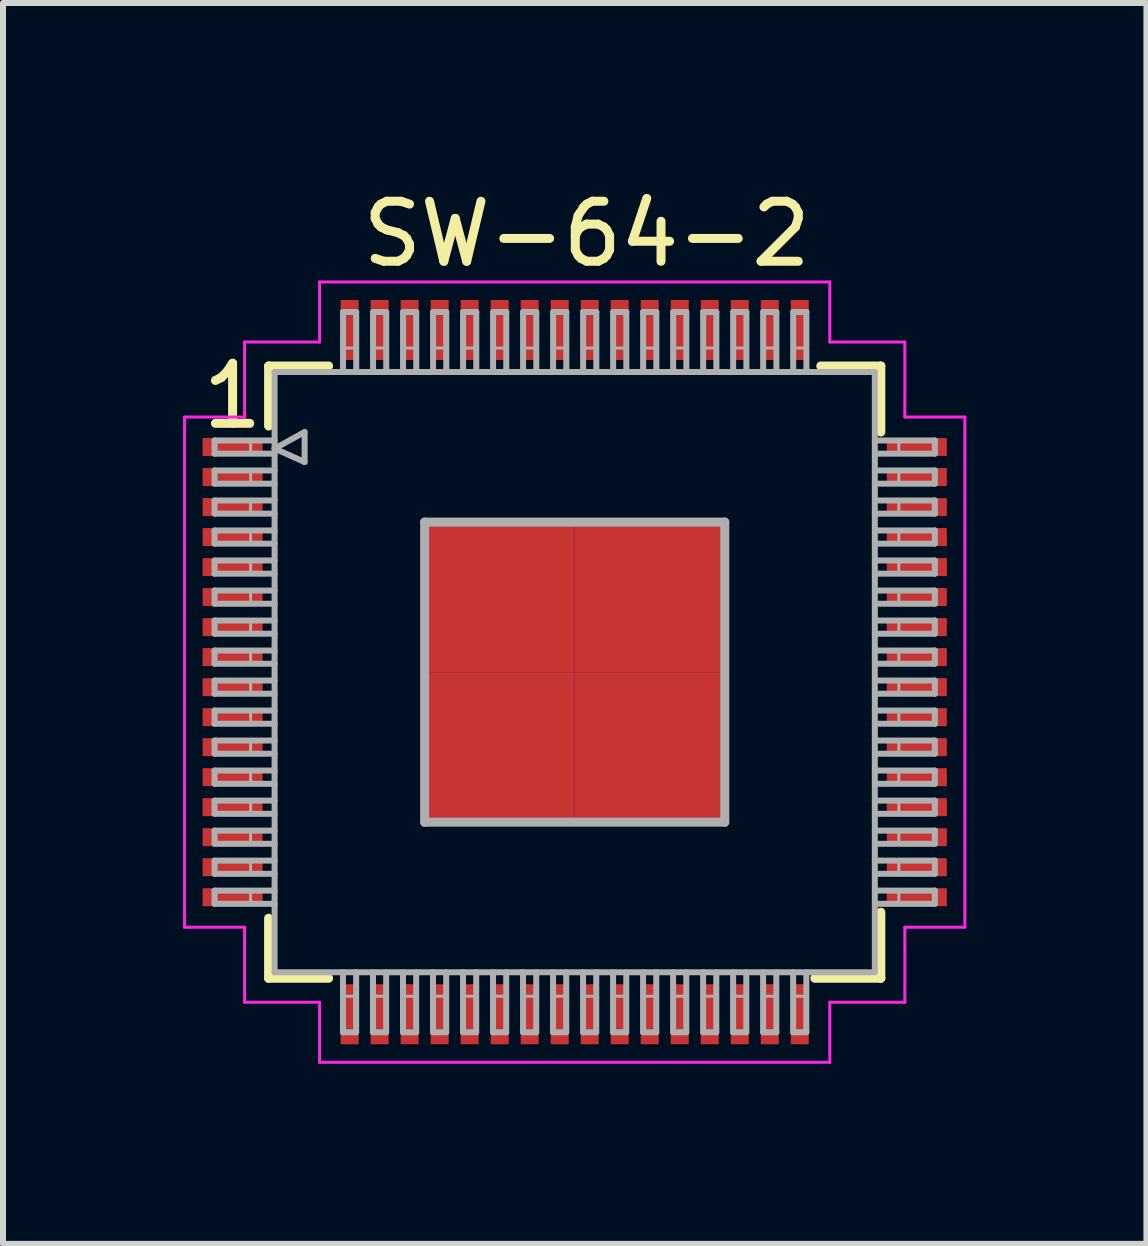
<source format=kicad_pcb>
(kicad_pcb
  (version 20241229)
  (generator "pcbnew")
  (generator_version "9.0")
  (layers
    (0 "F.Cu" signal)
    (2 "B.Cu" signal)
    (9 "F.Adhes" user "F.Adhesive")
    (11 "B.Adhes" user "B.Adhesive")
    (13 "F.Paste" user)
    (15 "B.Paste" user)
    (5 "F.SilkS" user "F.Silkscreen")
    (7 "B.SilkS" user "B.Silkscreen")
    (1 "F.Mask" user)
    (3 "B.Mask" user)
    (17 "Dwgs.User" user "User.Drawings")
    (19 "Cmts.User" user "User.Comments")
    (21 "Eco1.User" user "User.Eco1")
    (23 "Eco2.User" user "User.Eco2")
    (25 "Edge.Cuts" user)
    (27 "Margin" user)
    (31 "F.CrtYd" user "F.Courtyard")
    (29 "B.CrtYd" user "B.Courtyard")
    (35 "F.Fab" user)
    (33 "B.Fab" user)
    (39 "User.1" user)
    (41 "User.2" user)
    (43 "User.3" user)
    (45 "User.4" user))
  (footprint "SW-64-2"
    (layer "F.Cu")
    (at 6.525 8.148)
    (property "Reference" "SW-64-2" (at 0.2 -7.3 0) (layer "F.SilkS") (effects (font (size 1 1) (thickness 0.15))))
    (attr through_hole)
    (fp_line (start -5.1 -5.1) (end -5.1 -4.1) (stroke (width 0.15) (type solid)) (layer "F.SilkS"))
    (fp_line (start -5.1 4.1) (end -5.1 5.1) (stroke (width 0.15) (type solid)) (layer "F.SilkS"))
    (fp_line (start -5.1 5.1) (end -4.1 5.1) (stroke (width 0.15) (type solid)) (layer "F.SilkS"))
    (fp_line (start -4.1 -5.1) (end -5.1 -5.1) (stroke (width 0.15) (type solid)) (layer "F.SilkS"))
    (fp_line (start 4 5.1) (end 5.1 5.1) (stroke (width 0.15) (type solid)) (layer "F.SilkS"))
    (fp_line (start 4.1 -5.1) (end 5.1 -5.1) (stroke (width 0.15) (type solid)) (layer "F.SilkS"))
    (fp_line (start 5.1 -5.1) (end 5.1 -4) (stroke (width 0.15) (type solid)) (layer "F.SilkS"))
    (fp_line (start 5.1 5.1) (end 5.1 4) (stroke (width 0.15) (type solid)) (layer "F.SilkS"))
    (fp_line (start -6.5 -4.25) (end -5.5 -4.25) (stroke (width 0.05) (type solid)) (layer "F.CrtYd"))
    (fp_line (start -6.5 4.25) (end -6.5 -4.25) (stroke (width 0.05) (type solid)) (layer "F.CrtYd"))
    (fp_line (start -5.5 -5.5) (end -4.25 -5.5) (stroke (width 0.05) (type solid)) (layer "F.CrtYd"))
    (fp_line (start -5.5 -4.25) (end -5.5 -5.5) (stroke (width 0.05) (type solid)) (layer "F.CrtYd"))
    (fp_line (start -5.5 4.25) (end -6.5 4.25) (stroke (width 0.05) (type solid)) (layer "F.CrtYd"))
    (fp_line (start -5.5 5.5) (end -5.5 4.25) (stroke (width 0.05) (type solid)) (layer "F.CrtYd"))
    (fp_line (start -4.25 -6.5) (end 4.25 -6.5) (stroke (width 0.05) (type solid)) (layer "F.CrtYd"))
    (fp_line (start -4.25 -5.5) (end -4.25 -6.5) (stroke (width 0.05) (type solid)) (layer "F.CrtYd"))
    (fp_line (start -4.25 5.5) (end -5.5 5.5) (stroke (width 0.05) (type solid)) (layer "F.CrtYd"))
    (fp_line (start -4.25 6.5) (end -4.25 5.5) (stroke (width 0.05) (type solid)) (layer "F.CrtYd"))
    (fp_line (start 4.25 -6.5) (end 4.25 -5.5) (stroke (width 0.05) (type solid)) (layer "F.CrtYd"))
    (fp_line (start 4.25 -5.5) (end 5.5 -5.5) (stroke (width 0.05) (type solid)) (layer "F.CrtYd"))
    (fp_line (start 4.25 5.5) (end 4.25 6.5) (stroke (width 0.05) (type solid)) (layer "F.CrtYd"))
    (fp_line (start 4.25 6.5) (end -4.25 6.5) (stroke (width 0.05) (type solid)) (layer "F.CrtYd"))
    (fp_line (start 5.5 -5.5) (end 5.5 -4.25) (stroke (width 0.05) (type solid)) (layer "F.CrtYd"))
    (fp_line (start 5.5 -4.25) (end 6.5 -4.25) (stroke (width 0.05) (type solid)) (layer "F.CrtYd"))
    (fp_line (start 5.5 4.25) (end 5.5 5.5) (stroke (width 0.05) (type solid)) (layer "F.CrtYd"))
    (fp_line (start 5.5 5.5) (end 4.25 5.5) (stroke (width 0.05) (type solid)) (layer "F.CrtYd"))
    (fp_line (start 6.5 -4.25) (end 6.5 4.25) (stroke (width 0.05) (type solid)) (layer "F.CrtYd"))
    (fp_line (start 6.5 4.25) (end 5.5 4.25) (stroke (width 0.05) (type solid)) (layer "F.CrtYd"))
    (fp_line (start -6 -3.86) (end -6 -3.64) (stroke (width 0.1) (type solid)) (layer "F.Fab"))
    (fp_line (start -6 -3.64) (end -5 -3.64) (stroke (width 0.1) (type solid)) (layer "F.Fab"))
    (fp_line (start -6 -3.36) (end -6 -3.14) (stroke (width 0.1) (type solid)) (layer "F.Fab"))
    (fp_line (start -6 -3.14) (end -5 -3.14) (stroke (width 0.1) (type solid)) (layer "F.Fab"))
    (fp_line (start -6 -2.86) (end -6 -2.64) (stroke (width 0.1) (type solid)) (layer "F.Fab"))
    (fp_line (start -6 -2.64) (end -5 -2.64) (stroke (width 0.1) (type solid)) (layer "F.Fab"))
    (fp_line (start -6 -2.36) (end -6 -2.14) (stroke (width 0.1) (type solid)) (layer "F.Fab"))
    (fp_line (start -6 -2.14) (end -5 -2.14) (stroke (width 0.1) (type solid)) (layer "F.Fab"))
    (fp_line (start -6 -1.86) (end -6 -1.64) (stroke (width 0.1) (type solid)) (layer "F.Fab"))
    (fp_line (start -6 -1.64) (end -5 -1.64) (stroke (width 0.1) (type solid)) (layer "F.Fab"))
    (fp_line (start -6 -1.36) (end -6 -1.14) (stroke (width 0.1) (type solid)) (layer "F.Fab"))
    (fp_line (start -6 -1.14) (end -5 -1.14) (stroke (width 0.1) (type solid)) (layer "F.Fab"))
    (fp_line (start -6 -0.86) (end -6 -0.64) (stroke (width 0.1) (type solid)) (layer "F.Fab"))
    (fp_line (start -6 -0.64) (end -5 -0.64) (stroke (width 0.1) (type solid)) (layer "F.Fab"))
    (fp_line (start -6 -0.36) (end -6 -0.14) (stroke (width 0.1) (type solid)) (layer "F.Fab"))
    (fp_line (start -6 -0.14) (end -5 -0.14) (stroke (width 0.1) (type solid)) (layer "F.Fab"))
    (fp_line (start -6 0.14) (end -6 0.36) (stroke (width 0.1) (type solid)) (layer "F.Fab"))
    (fp_line (start -6 0.36) (end -5 0.36) (stroke (width 0.1) (type solid)) (layer "F.Fab"))
    (fp_line (start -6 0.64) (end -6 0.86) (stroke (width 0.1) (type solid)) (layer "F.Fab"))
    (fp_line (start -6 0.86) (end -5 0.86) (stroke (width 0.1) (type solid)) (layer "F.Fab"))
    (fp_line (start -6 1.14) (end -6 1.36) (stroke (width 0.1) (type solid)) (layer "F.Fab"))
    (fp_line (start -6 1.36) (end -5 1.36) (stroke (width 0.1) (type solid)) (layer "F.Fab"))
    (fp_line (start -6 1.64) (end -6 1.86) (stroke (width 0.1) (type solid)) (layer "F.Fab"))
    (fp_line (start -6 1.86) (end -5 1.86) (stroke (width 0.1) (type solid)) (layer "F.Fab"))
    (fp_line (start -6 2.14) (end -6 2.36) (stroke (width 0.1) (type solid)) (layer "F.Fab"))
    (fp_line (start -6 2.36) (end -5 2.36) (stroke (width 0.1) (type solid)) (layer "F.Fab"))
    (fp_line (start -6 2.64) (end -6 2.86) (stroke (width 0.1) (type solid)) (layer "F.Fab"))
    (fp_line (start -6 2.86) (end -5 2.86) (stroke (width 0.1) (type solid)) (layer "F.Fab"))
    (fp_line (start -6 3.14) (end -6 3.36) (stroke (width 0.1) (type solid)) (layer "F.Fab"))
    (fp_line (start -6 3.36) (end -5 3.36) (stroke (width 0.1) (type solid)) (layer "F.Fab"))
    (fp_line (start -6 3.64) (end -6 3.86) (stroke (width 0.1) (type solid)) (layer "F.Fab"))
    (fp_line (start -6 3.86) (end -5 3.86) (stroke (width 0.1) (type solid)) (layer "F.Fab"))
    (fp_line (start -5.4 -3.86) (end -5.4 -3.64) (stroke (width 0.05) (type solid)) (layer "F.Fab"))
    (fp_line (start -5.4 -3.36) (end -5.4 -3.14) (stroke (width 0.05) (type solid)) (layer "F.Fab"))
    (fp_line (start -5.4 -2.86) (end -5.4 -2.64) (stroke (width 0.05) (type solid)) (layer "F.Fab"))
    (fp_line (start -5.4 -2.36) (end -5.4 -2.14) (stroke (width 0.05) (type solid)) (layer "F.Fab"))
    (fp_line (start -5.4 -1.86) (end -5.4 -1.64) (stroke (width 0.05) (type solid)) (layer "F.Fab"))
    (fp_line (start -5.4 -1.36) (end -5.4 -1.14) (stroke (width 0.05) (type solid)) (layer "F.Fab"))
    (fp_line (start -5.4 -0.86) (end -5.4 -0.64) (stroke (width 0.05) (type solid)) (layer "F.Fab"))
    (fp_line (start -5.4 -0.36) (end -5.4 -0.14) (stroke (width 0.05) (type solid)) (layer "F.Fab"))
    (fp_line (start -5.4 0.14) (end -5.4 0.36) (stroke (width 0.05) (type solid)) (layer "F.Fab"))
    (fp_line (start -5.4 0.64) (end -5.4 0.86) (stroke (width 0.05) (type solid)) (layer "F.Fab"))
    (fp_line (start -5.4 1.14) (end -5.4 1.36) (stroke (width 0.05) (type solid)) (layer "F.Fab"))
    (fp_line (start -5.4 1.64) (end -5.4 1.86) (stroke (width 0.05) (type solid)) (layer "F.Fab"))
    (fp_line (start -5.4 2.14) (end -5.4 2.36) (stroke (width 0.05) (type solid)) (layer "F.Fab"))
    (fp_line (start -5.4 2.64) (end -5.4 2.86) (stroke (width 0.05) (type solid)) (layer "F.Fab"))
    (fp_line (start -5.4 3.14) (end -5.4 3.36) (stroke (width 0.05) (type solid)) (layer "F.Fab"))
    (fp_line (start -5.4 3.64) (end -5.4 3.86) (stroke (width 0.05) (type solid)) (layer "F.Fab"))
    (fp_line (start -5 -5) (end -5 5) (stroke (width 0.1) (type solid)) (layer "F.Fab"))
    (fp_line (start -5 -3.86) (end -6 -3.86) (stroke (width 0.1) (type solid)) (layer "F.Fab"))
    (fp_line (start -5 -3.725) (end -4.5 -4) (stroke (width 0.1) (type solid)) (layer "F.Fab"))
    (fp_line (start -5 -3.36) (end -6 -3.36) (stroke (width 0.1) (type solid)) (layer "F.Fab"))
    (fp_line (start -5 -2.86) (end -6 -2.86) (stroke (width 0.1) (type solid)) (layer "F.Fab"))
    (fp_line (start -5 -2.36) (end -6 -2.36) (stroke (width 0.1) (type solid)) (layer "F.Fab"))
    (fp_line (start -5 -1.86) (end -6 -1.86) (stroke (width 0.1) (type solid)) (layer "F.Fab"))
    (fp_line (start -5 -1.36) (end -6 -1.36) (stroke (width 0.1) (type solid)) (layer "F.Fab"))
    (fp_line (start -5 -0.86) (end -6 -0.86) (stroke (width 0.1) (type solid)) (layer "F.Fab"))
    (fp_line (start -5 -0.36) (end -6 -0.36) (stroke (width 0.1) (type solid)) (layer "F.Fab"))
    (fp_line (start -5 0.14) (end -6 0.14) (stroke (width 0.1) (type solid)) (layer "F.Fab"))
    (fp_line (start -5 0.64) (end -6 0.64) (stroke (width 0.1) (type solid)) (layer "F.Fab"))
    (fp_line (start -5 1.14) (end -6 1.14) (stroke (width 0.1) (type solid)) (layer "F.Fab"))
    (fp_line (start -5 1.64) (end -6 1.64) (stroke (width 0.1) (type solid)) (layer "F.Fab"))
    (fp_line (start -5 2.14) (end -6 2.14) (stroke (width 0.1) (type solid)) (layer "F.Fab"))
    (fp_line (start -5 2.64) (end -6 2.64) (stroke (width 0.1) (type solid)) (layer "F.Fab"))
    (fp_line (start -5 3.14) (end -6 3.14) (stroke (width 0.1) (type solid)) (layer "F.Fab"))
    (fp_line (start -5 3.64) (end -6 3.64) (stroke (width 0.1) (type solid)) (layer "F.Fab"))
    (fp_line (start -5 5) (end 5 5) (stroke (width 0.1) (type solid)) (layer "F.Fab"))
    (fp_line (start -4.5 -4) (end -4.5 -3.5) (stroke (width 0.1) (type solid)) (layer "F.Fab"))
    (fp_line (start -4.5 -3.5) (end -5 -3.725) (stroke (width 0.1) (type solid)) (layer "F.Fab"))
    (fp_line (start -3.861 5) (end -3.861 6) (stroke (width 0.1) (type solid)) (layer "F.Fab"))
    (fp_line (start -3.861 6) (end -3.641 6) (stroke (width 0.1) (type solid)) (layer "F.Fab"))
    (fp_line (start -3.86 -6) (end -3.86 -5) (stroke (width 0.1) (type solid)) (layer "F.Fab"))
    (fp_line (start -3.86 -5.4) (end -3.64 -5.4) (stroke (width 0.05) (type solid)) (layer "F.Fab"))
    (fp_line (start -3.86 5.4) (end -3.64 5.4) (stroke (width 0.05) (type solid)) (layer "F.Fab"))
    (fp_line (start -3.641 6) (end -3.641 5) (stroke (width 0.1) (type solid)) (layer "F.Fab"))
    (fp_line (start -3.64 -6) (end -3.86 -6) (stroke (width 0.1) (type solid)) (layer "F.Fab"))
    (fp_line (start -3.64 -5) (end -3.64 -6) (stroke (width 0.1) (type solid)) (layer "F.Fab"))
    (fp_line (start -3.361 5) (end -3.361 6) (stroke (width 0.1) (type solid)) (layer "F.Fab"))
    (fp_line (start -3.361 6) (end -3.141 6) (stroke (width 0.1) (type solid)) (layer "F.Fab"))
    (fp_line (start -3.36 -6) (end -3.36 -5) (stroke (width 0.1) (type solid)) (layer "F.Fab"))
    (fp_line (start -3.36 -5.4) (end -3.14 -5.4) (stroke (width 0.05) (type solid)) (layer "F.Fab"))
    (fp_line (start -3.36 5.4) (end -3.14 5.4) (stroke (width 0.05) (type solid)) (layer "F.Fab"))
    (fp_line (start -3.141 6) (end -3.141 5) (stroke (width 0.1) (type solid)) (layer "F.Fab"))
    (fp_line (start -3.14 -6) (end -3.36 -6) (stroke (width 0.1) (type solid)) (layer "F.Fab"))
    (fp_line (start -3.14 -5) (end -3.14 -6) (stroke (width 0.1) (type solid)) (layer "F.Fab"))
    (fp_line (start -2.861 5) (end -2.861 6) (stroke (width 0.1) (type solid)) (layer "F.Fab"))
    (fp_line (start -2.861 6) (end -2.641 6) (stroke (width 0.1) (type solid)) (layer "F.Fab"))
    (fp_line (start -2.86 -6) (end -2.86 -5) (stroke (width 0.1) (type solid)) (layer "F.Fab"))
    (fp_line (start -2.86 -5.4) (end -2.64 -5.4) (stroke (width 0.05) (type solid)) (layer "F.Fab"))
    (fp_line (start -2.86 5.4) (end -2.64 5.4) (stroke (width 0.05) (type solid)) (layer "F.Fab"))
    (fp_line (start -2.641 6) (end -2.641 5) (stroke (width 0.1) (type solid)) (layer "F.Fab"))
    (fp_line (start -2.64 -6) (end -2.86 -6) (stroke (width 0.1) (type solid)) (layer "F.Fab"))
    (fp_line (start -2.64 -5) (end -2.64 -6) (stroke (width 0.1) (type solid)) (layer "F.Fab"))
    (fp_line (start -2.5 -2.5) (end 2.5 -2.5) (stroke (width 0.15) (type solid)) (layer "F.Fab"))
    (fp_line (start -2.5 2.5) (end -2.5 -2.5) (stroke (width 0.15) (type solid)) (layer "F.Fab"))
    (fp_line (start -2.361 5) (end -2.361 6) (stroke (width 0.1) (type solid)) (layer "F.Fab"))
    (fp_line (start -2.361 6) (end -2.141 6) (stroke (width 0.1) (type solid)) (layer "F.Fab"))
    (fp_line (start -2.36 -6) (end -2.36 -5) (stroke (width 0.1) (type solid)) (layer "F.Fab"))
    (fp_line (start -2.36 -5.4) (end -2.14 -5.4) (stroke (width 0.05) (type solid)) (layer "F.Fab"))
    (fp_line (start -2.36 5.4) (end -2.14 5.4) (stroke (width 0.05) (type solid)) (layer "F.Fab"))
    (fp_line (start -2.141 6) (end -2.141 5) (stroke (width 0.1) (type solid)) (layer "F.Fab"))
    (fp_line (start -2.14 -6) (end -2.36 -6) (stroke (width 0.1) (type solid)) (layer "F.Fab"))
    (fp_line (start -2.14 -5) (end -2.14 -6) (stroke (width 0.1) (type solid)) (layer "F.Fab"))
    (fp_line (start -1.861 5) (end -1.861 6) (stroke (width 0.1) (type solid)) (layer "F.Fab"))
    (fp_line (start -1.861 6) (end -1.641 6) (stroke (width 0.1) (type solid)) (layer "F.Fab"))
    (fp_line (start -1.86 -6) (end -1.86 -5) (stroke (width 0.1) (type solid)) (layer "F.Fab"))
    (fp_line (start -1.86 -5.4) (end -1.64 -5.4) (stroke (width 0.05) (type solid)) (layer "F.Fab"))
    (fp_line (start -1.86 5.4) (end -1.64 5.4) (stroke (width 0.05) (type solid)) (layer "F.Fab"))
    (fp_line (start -1.641 6) (end -1.641 5) (stroke (width 0.1) (type solid)) (layer "F.Fab"))
    (fp_line (start -1.64 -6) (end -1.86 -6) (stroke (width 0.1) (type solid)) (layer "F.Fab"))
    (fp_line (start -1.64 -5) (end -1.64 -6) (stroke (width 0.1) (type solid)) (layer "F.Fab"))
    (fp_line (start -1.361 5) (end -1.361 6) (stroke (width 0.1) (type solid)) (layer "F.Fab"))
    (fp_line (start -1.361 6) (end -1.141 6) (stroke (width 0.1) (type solid)) (layer "F.Fab"))
    (fp_line (start -1.36 -6) (end -1.36 -5) (stroke (width 0.1) (type solid)) (layer "F.Fab"))
    (fp_line (start -1.36 -5.4) (end -1.14 -5.4) (stroke (width 0.05) (type solid)) (layer "F.Fab"))
    (fp_line (start -1.36 5.4) (end -1.14 5.4) (stroke (width 0.05) (type solid)) (layer "F.Fab"))
    (fp_line (start -1.141 6) (end -1.141 5) (stroke (width 0.1) (type solid)) (layer "F.Fab"))
    (fp_line (start -1.14 -6) (end -1.36 -6) (stroke (width 0.1) (type solid)) (layer "F.Fab"))
    (fp_line (start -1.14 -5) (end -1.14 -6) (stroke (width 0.1) (type solid)) (layer "F.Fab"))
    (fp_line (start -0.861 5) (end -0.861 6) (stroke (width 0.1) (type solid)) (layer "F.Fab"))
    (fp_line (start -0.861 6) (end -0.641 6) (stroke (width 0.1) (type solid)) (layer "F.Fab"))
    (fp_line (start -0.86 -6) (end -0.86 -5) (stroke (width 0.1) (type solid)) (layer "F.Fab"))
    (fp_line (start -0.86 -5.4) (end -0.64 -5.4) (stroke (width 0.05) (type solid)) (layer "F.Fab"))
    (fp_line (start -0.86 5.4) (end -0.64 5.4) (stroke (width 0.05) (type solid)) (layer "F.Fab"))
    (fp_line (start -0.641 6) (end -0.641 5) (stroke (width 0.1) (type solid)) (layer "F.Fab"))
    (fp_line (start -0.64 -6) (end -0.86 -6) (stroke (width 0.1) (type solid)) (layer "F.Fab"))
    (fp_line (start -0.64 -5) (end -0.64 -6) (stroke (width 0.1) (type solid)) (layer "F.Fab"))
    (fp_line (start -0.361 5) (end -0.361 6) (stroke (width 0.1) (type solid)) (layer "F.Fab"))
    (fp_line (start -0.361 6) (end -0.141 6) (stroke (width 0.1) (type solid)) (layer "F.Fab"))
    (fp_line (start -0.36 -6) (end -0.36 -5) (stroke (width 0.1) (type solid)) (layer "F.Fab"))
    (fp_line (start -0.36 -5.4) (end -0.14 -5.4) (stroke (width 0.05) (type solid)) (layer "F.Fab"))
    (fp_line (start -0.36 5.4) (end -0.14 5.4) (stroke (width 0.05) (type solid)) (layer "F.Fab"))
    (fp_line (start -0.141 6) (end -0.141 5) (stroke (width 0.1) (type solid)) (layer "F.Fab"))
    (fp_line (start -0.14 -6) (end -0.36 -6) (stroke (width 0.1) (type solid)) (layer "F.Fab"))
    (fp_line (start -0.14 -5) (end -0.14 -6) (stroke (width 0.1) (type solid)) (layer "F.Fab"))
    (fp_line (start 0.139 5) (end 0.139 6) (stroke (width 0.1) (type solid)) (layer "F.Fab"))
    (fp_line (start 0.139 6) (end 0.359 6) (stroke (width 0.1) (type solid)) (layer "F.Fab"))
    (fp_line (start 0.14 -6) (end 0.14 -5) (stroke (width 0.1) (type solid)) (layer "F.Fab"))
    (fp_line (start 0.14 -5.4) (end 0.36 -5.4) (stroke (width 0.05) (type solid)) (layer "F.Fab"))
    (fp_line (start 0.14 5.4) (end 0.36 5.4) (stroke (width 0.05) (type solid)) (layer "F.Fab"))
    (fp_line (start 0.359 6) (end 0.359 5) (stroke (width 0.1) (type solid)) (layer "F.Fab"))
    (fp_line (start 0.36 -6) (end 0.14 -6) (stroke (width 0.1) (type solid)) (layer "F.Fab"))
    (fp_line (start 0.36 -5) (end 0.36 -6) (stroke (width 0.1) (type solid)) (layer "F.Fab"))
    (fp_line (start 0.639 5) (end 0.639 6) (stroke (width 0.1) (type solid)) (layer "F.Fab"))
    (fp_line (start 0.639 6) (end 0.859 6) (stroke (width 0.1) (type solid)) (layer "F.Fab"))
    (fp_line (start 0.64 -6) (end 0.64 -5) (stroke (width 0.1) (type solid)) (layer "F.Fab"))
    (fp_line (start 0.64 -5.4) (end 0.86 -5.4) (stroke (width 0.05) (type solid)) (layer "F.Fab"))
    (fp_line (start 0.64 5.4) (end 0.86 5.4) (stroke (width 0.05) (type solid)) (layer "F.Fab"))
    (fp_line (start 0.859 6) (end 0.859 5) (stroke (width 0.1) (type solid)) (layer "F.Fab"))
    (fp_line (start 0.86 -6) (end 0.64 -6) (stroke (width 0.1) (type solid)) (layer "F.Fab"))
    (fp_line (start 0.86 -5) (end 0.86 -6) (stroke (width 0.1) (type solid)) (layer "F.Fab"))
    (fp_line (start 1.139 5) (end 1.139 6) (stroke (width 0.1) (type solid)) (layer "F.Fab"))
    (fp_line (start 1.139 6) (end 1.359 6) (stroke (width 0.1) (type solid)) (layer "F.Fab"))
    (fp_line (start 1.14 -6) (end 1.14 -5) (stroke (width 0.1) (type solid)) (layer "F.Fab"))
    (fp_line (start 1.14 -5.4) (end 1.36 -5.4) (stroke (width 0.05) (type solid)) (layer "F.Fab"))
    (fp_line (start 1.14 5.4) (end 1.36 5.4) (stroke (width 0.05) (type solid)) (layer "F.Fab"))
    (fp_line (start 1.359 6) (end 1.359 5) (stroke (width 0.1) (type solid)) (layer "F.Fab"))
    (fp_line (start 1.36 -6) (end 1.14 -6) (stroke (width 0.1) (type solid)) (layer "F.Fab"))
    (fp_line (start 1.36 -5) (end 1.36 -6) (stroke (width 0.1) (type solid)) (layer "F.Fab"))
    (fp_line (start 1.639 5) (end 1.639 6) (stroke (width 0.1) (type solid)) (layer "F.Fab"))
    (fp_line (start 1.639 6) (end 1.859 6) (stroke (width 0.1) (type solid)) (layer "F.Fab"))
    (fp_line (start 1.64 -6) (end 1.64 -5) (stroke (width 0.1) (type solid)) (layer "F.Fab"))
    (fp_line (start 1.64 -5.4) (end 1.86 -5.4) (stroke (width 0.05) (type solid)) (layer "F.Fab"))
    (fp_line (start 1.64 5.4) (end 1.86 5.4) (stroke (width 0.05) (type solid)) (layer "F.Fab"))
    (fp_line (start 1.859 6) (end 1.859 5) (stroke (width 0.1) (type solid)) (layer "F.Fab"))
    (fp_line (start 1.86 -6) (end 1.64 -6) (stroke (width 0.1) (type solid)) (layer "F.Fab"))
    (fp_line (start 1.86 -5) (end 1.86 -6) (stroke (width 0.1) (type solid)) (layer "F.Fab"))
    (fp_line (start 2.139 5) (end 2.139 6) (stroke (width 0.1) (type solid)) (layer "F.Fab"))
    (fp_line (start 2.139 6) (end 2.359 6) (stroke (width 0.1) (type solid)) (layer "F.Fab"))
    (fp_line (start 2.14 -6) (end 2.14 -5) (stroke (width 0.1) (type solid)) (layer "F.Fab"))
    (fp_line (start 2.14 -5.4) (end 2.36 -5.4) (stroke (width 0.05) (type solid)) (layer "F.Fab"))
    (fp_line (start 2.14 5.4) (end 2.36 5.4) (stroke (width 0.05) (type solid)) (layer "F.Fab"))
    (fp_line (start 2.359 6) (end 2.359 5) (stroke (width 0.1) (type solid)) (layer "F.Fab"))
    (fp_line (start 2.36 -6) (end 2.14 -6) (stroke (width 0.1) (type solid)) (layer "F.Fab"))
    (fp_line (start 2.36 -5) (end 2.36 -6) (stroke (width 0.1) (type solid)) (layer "F.Fab"))
    (fp_line (start 2.5 -2.5) (end 2.5 2.5) (stroke (width 0.15) (type solid)) (layer "F.Fab"))
    (fp_line (start 2.5 2.5) (end -2.5 2.5) (stroke (width 0.15) (type solid)) (layer "F.Fab"))
    (fp_line (start 2.639 5) (end 2.639 6) (stroke (width 0.1) (type solid)) (layer "F.Fab"))
    (fp_line (start 2.639 6) (end 2.859 6) (stroke (width 0.1) (type solid)) (layer "F.Fab"))
    (fp_line (start 2.64 -6) (end 2.64 -5) (stroke (width 0.1) (type solid)) (layer "F.Fab"))
    (fp_line (start 2.64 -5.4) (end 2.86 -5.4) (stroke (width 0.05) (type solid)) (layer "F.Fab"))
    (fp_line (start 2.64 5.4) (end 2.86 5.4) (stroke (width 0.05) (type solid)) (layer "F.Fab"))
    (fp_line (start 2.859 6) (end 2.859 5) (stroke (width 0.1) (type solid)) (layer "F.Fab"))
    (fp_line (start 2.86 -6) (end 2.64 -6) (stroke (width 0.1) (type solid)) (layer "F.Fab"))
    (fp_line (start 2.86 -5) (end 2.86 -6) (stroke (width 0.1) (type solid)) (layer "F.Fab"))
    (fp_line (start 3.139 5) (end 3.139 6) (stroke (width 0.1) (type solid)) (layer "F.Fab"))
    (fp_line (start 3.139 6) (end 3.359 6) (stroke (width 0.1) (type solid)) (layer "F.Fab"))
    (fp_line (start 3.14 -6) (end 3.14 -5) (stroke (width 0.1) (type solid)) (layer "F.Fab"))
    (fp_line (start 3.14 -5.4) (end 3.36 -5.4) (stroke (width 0.05) (type solid)) (layer "F.Fab"))
    (fp_line (start 3.14 5.4) (end 3.36 5.4) (stroke (width 0.05) (type solid)) (layer "F.Fab"))
    (fp_line (start 3.359 6) (end 3.359 5) (stroke (width 0.1) (type solid)) (layer "F.Fab"))
    (fp_line (start 3.36 -6) (end 3.14 -6) (stroke (width 0.1) (type solid)) (layer "F.Fab"))
    (fp_line (start 3.36 -5) (end 3.36 -6) (stroke (width 0.1) (type solid)) (layer "F.Fab"))
    (fp_line (start 3.639 5) (end 3.639 6) (stroke (width 0.1) (type solid)) (layer "F.Fab"))
    (fp_line (start 3.639 6) (end 3.859 6) (stroke (width 0.1) (type solid)) (layer "F.Fab"))
    (fp_line (start 3.64 -6) (end 3.64 -5) (stroke (width 0.1) (type solid)) (layer "F.Fab"))
    (fp_line (start 3.64 -5.4) (end 3.86 -5.4) (stroke (width 0.05) (type solid)) (layer "F.Fab"))
    (fp_line (start 3.64 5.4) (end 3.86 5.4) (stroke (width 0.05) (type solid)) (layer "F.Fab"))
    (fp_line (start 3.859 6) (end 3.859 5) (stroke (width 0.1) (type solid)) (layer "F.Fab"))
    (fp_line (start 3.86 -6) (end 3.64 -6) (stroke (width 0.1) (type solid)) (layer "F.Fab"))
    (fp_line (start 3.86 -5) (end 3.86 -6) (stroke (width 0.1) (type solid)) (layer "F.Fab"))
    (fp_line (start 5 -5) (end -5 -5) (stroke (width 0.1) (type solid)) (layer "F.Fab"))
    (fp_line (start 5 -3.64) (end 6 -3.64) (stroke (width 0.1) (type solid)) (layer "F.Fab"))
    (fp_line (start 5 -3.14) (end 6 -3.14) (stroke (width 0.1) (type solid)) (layer "F.Fab"))
    (fp_line (start 5 -2.64) (end 6 -2.64) (stroke (width 0.1) (type solid)) (layer "F.Fab"))
    (fp_line (start 5 -2.14) (end 6 -2.14) (stroke (width 0.1) (type solid)) (layer "F.Fab"))
    (fp_line (start 5 -1.64) (end 6 -1.64) (stroke (width 0.1) (type solid)) (layer "F.Fab"))
    (fp_line (start 5 -1.14) (end 6 -1.14) (stroke (width 0.1) (type solid)) (layer "F.Fab"))
    (fp_line (start 5 -0.64) (end 6 -0.64) (stroke (width 0.1) (type solid)) (layer "F.Fab"))
    (fp_line (start 5 -0.14) (end 6 -0.14) (stroke (width 0.1) (type solid)) (layer "F.Fab"))
    (fp_line (start 5 0.36) (end 6 0.36) (stroke (width 0.1) (type solid)) (layer "F.Fab"))
    (fp_line (start 5 0.86) (end 6 0.86) (stroke (width 0.1) (type solid)) (layer "F.Fab"))
    (fp_line (start 5 1.36) (end 6 1.36) (stroke (width 0.1) (type solid)) (layer "F.Fab"))
    (fp_line (start 5 1.86) (end 6 1.86) (stroke (width 0.1) (type solid)) (layer "F.Fab"))
    (fp_line (start 5 2.36) (end 6 2.36) (stroke (width 0.1) (type solid)) (layer "F.Fab"))
    (fp_line (start 5 2.86) (end 6 2.86) (stroke (width 0.1) (type solid)) (layer "F.Fab"))
    (fp_line (start 5 3.36) (end 6 3.36) (stroke (width 0.1) (type solid)) (layer "F.Fab"))
    (fp_line (start 5 3.86) (end 6 3.86) (stroke (width 0.1) (type solid)) (layer "F.Fab"))
    (fp_line (start 5 5) (end 5 -5) (stroke (width 0.1) (type solid)) (layer "F.Fab"))
    (fp_line (start 5.4 -3.86) (end 5.4 -3.64) (stroke (width 0.05) (type solid)) (layer "F.Fab"))
    (fp_line (start 5.4 -3.36) (end 5.4 -3.14) (stroke (width 0.05) (type solid)) (layer "F.Fab"))
    (fp_line (start 5.4 -2.86) (end 5.4 -2.64) (stroke (width 0.05) (type solid)) (layer "F.Fab"))
    (fp_line (start 5.4 -2.36) (end 5.4 -2.14) (stroke (width 0.05) (type solid)) (layer "F.Fab"))
    (fp_line (start 5.4 -1.86) (end 5.4 -1.64) (stroke (width 0.05) (type solid)) (layer "F.Fab"))
    (fp_line (start 5.4 -1.36) (end 5.4 -1.14) (stroke (width 0.05) (type solid)) (layer "F.Fab"))
    (fp_line (start 5.4 -0.86) (end 5.4 -0.64) (stroke (width 0.05) (type solid)) (layer "F.Fab"))
    (fp_line (start 5.4 -0.36) (end 5.4 -0.14) (stroke (width 0.05) (type solid)) (layer "F.Fab"))
    (fp_line (start 5.4 0.14) (end 5.4 0.36) (stroke (width 0.05) (type solid)) (layer "F.Fab"))
    (fp_line (start 5.4 0.64) (end 5.4 0.86) (stroke (width 0.05) (type solid)) (layer "F.Fab"))
    (fp_line (start 5.4 1.14) (end 5.4 1.36) (stroke (width 0.05) (type solid)) (layer "F.Fab"))
    (fp_line (start 5.4 1.64) (end 5.4 1.86) (stroke (width 0.05) (type solid)) (layer "F.Fab"))
    (fp_line (start 5.4 2.14) (end 5.4 2.36) (stroke (width 0.05) (type solid)) (layer "F.Fab"))
    (fp_line (start 5.4 2.64) (end 5.4 2.86) (stroke (width 0.05) (type solid)) (layer "F.Fab"))
    (fp_line (start 5.4 3.14) (end 5.4 3.36) (stroke (width 0.05) (type solid)) (layer "F.Fab"))
    (fp_line (start 5.4 3.64) (end 5.4 3.86) (stroke (width 0.05) (type solid)) (layer "F.Fab"))
    (fp_line (start 6 -3.86) (end 5 -3.86) (stroke (width 0.1) (type solid)) (layer "F.Fab"))
    (fp_line (start 6 -3.64) (end 6 -3.86) (stroke (width 0.1) (type solid)) (layer "F.Fab"))
    (fp_line (start 6 -3.36) (end 5 -3.36) (stroke (width 0.1) (type solid)) (layer "F.Fab"))
    (fp_line (start 6 -3.14) (end 6 -3.36) (stroke (width 0.1) (type solid)) (layer "F.Fab"))
    (fp_line (start 6 -2.86) (end 5 -2.86) (stroke (width 0.1) (type solid)) (layer "F.Fab"))
    (fp_line (start 6 -2.64) (end 6 -2.86) (stroke (width 0.1) (type solid)) (layer "F.Fab"))
    (fp_line (start 6 -2.36) (end 5 -2.36) (stroke (width 0.1) (type solid)) (layer "F.Fab"))
    (fp_line (start 6 -2.14) (end 6 -2.36) (stroke (width 0.1) (type solid)) (layer "F.Fab"))
    (fp_line (start 6 -1.86) (end 5 -1.86) (stroke (width 0.1) (type solid)) (layer "F.Fab"))
    (fp_line (start 6 -1.64) (end 6 -1.86) (stroke (width 0.1) (type solid)) (layer "F.Fab"))
    (fp_line (start 6 -1.36) (end 5 -1.36) (stroke (width 0.1) (type solid)) (layer "F.Fab"))
    (fp_line (start 6 -1.14) (end 6 -1.36) (stroke (width 0.1) (type solid)) (layer "F.Fab"))
    (fp_line (start 6 -0.86) (end 5 -0.86) (stroke (width 0.1) (type solid)) (layer "F.Fab"))
    (fp_line (start 6 -0.64) (end 6 -0.86) (stroke (width 0.1) (type solid)) (layer "F.Fab"))
    (fp_line (start 6 -0.36) (end 5 -0.36) (stroke (width 0.1) (type solid)) (layer "F.Fab"))
    (fp_line (start 6 -0.14) (end 6 -0.36) (stroke (width 0.1) (type solid)) (layer "F.Fab"))
    (fp_line (start 6 0.14) (end 5 0.14) (stroke (width 0.1) (type solid)) (layer "F.Fab"))
    (fp_line (start 6 0.36) (end 6 0.14) (stroke (width 0.1) (type solid)) (layer "F.Fab"))
    (fp_line (start 6 0.64) (end 5 0.64) (stroke (width 0.1) (type solid)) (layer "F.Fab"))
    (fp_line (start 6 0.86) (end 6 0.64) (stroke (width 0.1) (type solid)) (layer "F.Fab"))
    (fp_line (start 6 1.14) (end 5 1.14) (stroke (width 0.1) (type solid)) (layer "F.Fab"))
    (fp_line (start 6 1.36) (end 6 1.14) (stroke (width 0.1) (type solid)) (layer "F.Fab"))
    (fp_line (start 6 1.64) (end 5 1.64) (stroke (width 0.1) (type solid)) (layer "F.Fab"))
    (fp_line (start 6 1.86) (end 6 1.64) (stroke (width 0.1) (type solid)) (layer "F.Fab"))
    (fp_line (start 6 2.14) (end 5 2.14) (stroke (width 0.1) (type solid)) (layer "F.Fab"))
    (fp_line (start 6 2.36) (end 6 2.14) (stroke (width 0.1) (type solid)) (layer "F.Fab"))
    (fp_line (start 6 2.64) (end 5 2.64) (stroke (width 0.1) (type solid)) (layer "F.Fab"))
    (fp_line (start 6 2.86) (end 6 2.64) (stroke (width 0.1) (type solid)) (layer "F.Fab"))
    (fp_line (start 6 3.14) (end 5 3.14) (stroke (width 0.1) (type solid)) (layer "F.Fab"))
    (fp_line (start 6 3.36) (end 6 3.14) (stroke (width 0.1) (type solid)) (layer "F.Fab"))
    (fp_line (start 6 3.64) (end 5 3.64) (stroke (width 0.1) (type solid)) (layer "F.Fab"))
    (fp_line (start 6 3.86) (end 6 3.64) (stroke (width 0.1) (type solid)) (layer "F.Fab"))
    (fp_text user "1" (at -5.7 -4.6 0) (layer "F.SilkS") (effects (font (size 1 1) (thickness 0.15))))
    (pad "1" smd rect (at -5.7 -3.75 90) (size 0.3 1) (layers "F.Cu" "F.Mask" "F.Paste"))
    (pad "2" smd rect (at -5.7 -3.25 90) (size 0.3 1) (layers "F.Cu" "F.Mask" "F.Paste"))
    (pad "3" smd rect (at -5.7 -2.75 90) (size 0.3 1) (layers "F.Cu" "F.Mask" "F.Paste"))
    (pad "4" smd rect (at -5.7 -2.25 90) (size 0.3 1) (layers "F.Cu" "F.Mask" "F.Paste"))
    (pad "5" smd rect (at -5.7 -1.75 90) (size 0.3 1) (layers "F.Cu" "F.Mask" "F.Paste"))
    (pad "6" smd rect (at -5.7 -1.25 90) (size 0.3 1) (layers "F.Cu" "F.Mask" "F.Paste"))
    (pad "7" smd rect (at -5.7 -0.75 90) (size 0.3 1) (layers "F.Cu" "F.Mask" "F.Paste"))
    (pad "8" smd rect (at -5.7 -0.25 90) (size 0.3 1) (layers "F.Cu" "F.Mask" "F.Paste"))
    (pad "9" smd rect (at -5.7 0.25 90) (size 0.3 1) (layers "F.Cu" "F.Mask" "F.Paste"))
    (pad "10" smd rect (at -5.7 0.75 90) (size 0.3 1) (layers "F.Cu" "F.Mask" "F.Paste"))
    (pad "11" smd rect (at -5.7 1.25 90) (size 0.3 1) (layers "F.Cu" "F.Mask" "F.Paste"))
    (pad "12" smd rect (at -5.7 1.75 90) (size 0.3 1) (layers "F.Cu" "F.Mask" "F.Paste"))
    (pad "13" smd rect (at -5.7 2.25 90) (size 0.3 1) (layers "F.Cu" "F.Mask" "F.Paste"))
    (pad "14" smd rect (at -5.7 2.75 90) (size 0.3 1) (layers "F.Cu" "F.Mask" "F.Paste"))
    (pad "15" smd rect (at -5.7 3.25 90) (size 0.3 1) (layers "F.Cu" "F.Mask" "F.Paste"))
    (pad "16" smd rect (at -5.7 3.75 90) (size 0.3 1) (layers "F.Cu" "F.Mask" "F.Paste"))
    (pad "17" smd rect (at -3.75 5.7) (size 0.3 1) (layers "F.Cu" "F.Mask" "F.Paste"))
    (pad "18" smd rect (at -3.25 5.7) (size 0.3 1) (layers "F.Cu" "F.Mask" "F.Paste"))
    (pad "19" smd rect (at -2.75 5.7) (size 0.3 1) (layers "F.Cu" "F.Mask" "F.Paste"))
    (pad "20" smd rect (at -2.25 5.7) (size 0.3 1) (layers "F.Cu" "F.Mask" "F.Paste"))
    (pad "21" smd rect (at -1.75 5.7) (size 0.3 1) (layers "F.Cu" "F.Mask" "F.Paste"))
    (pad "22" smd rect (at -1.25 5.7) (size 0.3 1) (layers "F.Cu" "F.Mask" "F.Paste"))
    (pad "23" smd rect (at -0.75 5.7) (size 0.3 1) (layers "F.Cu" "F.Mask" "F.Paste"))
    (pad "24" smd rect (at -0.25 5.7) (size 0.3 1) (layers "F.Cu" "F.Mask" "F.Paste"))
    (pad "25" smd rect (at 0.25 5.7) (size 0.3 1) (layers "F.Cu" "F.Mask" "F.Paste"))
    (pad "26" smd rect (at 0.75 5.7) (size 0.3 1) (layers "F.Cu" "F.Mask" "F.Paste"))
    (pad "27" smd rect (at 1.25 5.7) (size 0.3 1) (layers "F.Cu" "F.Mask" "F.Paste"))
    (pad "28" smd rect (at 1.75 5.7) (size 0.3 1) (layers "F.Cu" "F.Mask" "F.Paste"))
    (pad "29" smd rect (at 2.25 5.7) (size 0.3 1) (layers "F.Cu" "F.Mask" "F.Paste"))
    (pad "30" smd rect (at 2.75 5.7) (size 0.3 1) (layers "F.Cu" "F.Mask" "F.Paste"))
    (pad "31" smd rect (at 3.25 5.7) (size 0.3 1) (layers "F.Cu" "F.Mask" "F.Paste"))
    (pad "32" smd rect (at 3.75 5.7) (size 0.3 1) (layers "F.Cu" "F.Mask" "F.Paste"))
    (pad "33" smd rect (at 5.7 3.75 90) (size 0.3 1) (layers "F.Cu" "F.Mask" "F.Paste"))
    (pad "34" smd rect (at 5.7 3.25 90) (size 0.3 1) (layers "F.Cu" "F.Mask" "F.Paste"))
    (pad "35" smd rect (at 5.7 2.75 90) (size 0.3 1) (layers "F.Cu" "F.Mask" "F.Paste"))
    (pad "36" smd rect (at 5.7 2.25 90) (size 0.3 1) (layers "F.Cu" "F.Mask" "F.Paste"))
    (pad "37" smd rect (at 5.7 1.75 90) (size 0.3 1) (layers "F.Cu" "F.Mask" "F.Paste"))
    (pad "38" smd rect (at 5.7 1.25 90) (size 0.3 1) (layers "F.Cu" "F.Mask" "F.Paste"))
    (pad "39" smd rect (at 5.7 0.75 90) (size 0.3 1) (layers "F.Cu" "F.Mask" "F.Paste"))
    (pad "40" smd rect (at 5.7 0.25 90) (size 0.3 1) (layers "F.Cu" "F.Mask" "F.Paste"))
    (pad "41" smd rect (at 5.7 -0.25 90) (size 0.3 1) (layers "F.Cu" "F.Mask" "F.Paste"))
    (pad "42" smd rect (at 5.7 -0.75 90) (size 0.3 1) (layers "F.Cu" "F.Mask" "F.Paste"))
    (pad "43" smd rect (at 5.7 -1.25 90) (size 0.3 1) (layers "F.Cu" "F.Mask" "F.Paste"))
    (pad "44" smd rect (at 5.7 -1.75 90) (size 0.3 1) (layers "F.Cu" "F.Mask" "F.Paste"))
    (pad "45" smd rect (at 5.7 -2.25 90) (size 0.3 1) (layers "F.Cu" "F.Mask" "F.Paste"))
    (pad "46" smd rect (at 5.7 -2.75 90) (size 0.3 1) (layers "F.Cu" "F.Mask" "F.Paste"))
    (pad "47" smd rect (at 5.7 -3.25 90) (size 0.3 1) (layers "F.Cu" "F.Mask" "F.Paste"))
    (pad "48" smd rect (at 5.7 -3.75 90) (size 0.3 1) (layers "F.Cu" "F.Mask" "F.Paste"))
    (pad "49" smd rect (at 3.75 -5.7) (size 0.3 1) (layers "F.Cu" "F.Mask" "F.Paste"))
    (pad "50" smd rect (at 3.25 -5.7) (size 0.3 1) (layers "F.Cu" "F.Mask" "F.Paste"))
    (pad "51" smd rect (at 2.75 -5.7) (size 0.3 1) (layers "F.Cu" "F.Mask" "F.Paste"))
    (pad "52" smd rect (at 2.25 -5.7) (size 0.3 1) (layers "F.Cu" "F.Mask" "F.Paste"))
    (pad "53" smd rect (at 1.75 -5.7) (size 0.3 1) (layers "F.Cu" "F.Mask" "F.Paste"))
    (pad "54" smd rect (at 1.25 -5.7) (size 0.3 1) (layers "F.Cu" "F.Mask" "F.Paste"))
    (pad "55" smd rect (at 0.75 -5.7) (size 0.3 1) (layers "F.Cu" "F.Mask" "F.Paste"))
    (pad "56" smd rect (at 0.25 -5.7) (size 0.3 1) (layers "F.Cu" "F.Mask" "F.Paste"))
    (pad "57" smd rect (at -0.25 -5.7) (size 0.3 1) (layers "F.Cu" "F.Mask" "F.Paste"))
    (pad "58" smd rect (at -0.75 -5.7) (size 0.3 1) (layers "F.Cu" "F.Mask" "F.Paste"))
    (pad "59" smd rect (at -1.25 -5.7) (size 0.3 1) (layers "F.Cu" "F.Mask" "F.Paste"))
    (pad "60" smd rect (at -1.75 -5.7) (size 0.3 1) (layers "F.Cu" "F.Mask" "F.Paste"))
    (pad "61" smd rect (at -2.25 -5.7) (size 0.3 1) (layers "F.Cu" "F.Mask" "F.Paste"))
    (pad "62" smd rect (at -2.75 -5.7) (size 0.3 1) (layers "F.Cu" "F.Mask" "F.Paste"))
    (pad "63" smd rect (at -3.25 -5.7) (size 0.3 1) (layers "F.Cu" "F.Mask" "F.Paste"))
    (pad "64" smd rect (at -3.75 -5.7) (size 0.3 1) (layers "F.Cu" "F.Mask" "F.Paste"))
    (pad "65" smd rect (at -1.25 -1.25) (size 2.5 2.5) (layers "F.Cu" "F.Mask" "F.Paste"))
    (pad "65" smd rect (at -1.25 1.25) (size 2.5 2.5) (layers "F.Cu" "F.Mask" "F.Paste"))
    (pad "65" smd rect (at 1.25 -1.25) (size 2.5 2.5) (layers "F.Cu" "F.Mask" "F.Paste"))
    (pad "65" smd rect (at 1.25 1.25) (size 2.5 2.5) (layers "F.Cu" "F.Mask" "F.Paste")))
  (gr_rect
    (start -3 -3)
    (end 16.05 17.673)
    (stroke (width 0.1) (type default))
    (fill no)
    (layer "Edge.Cuts")))
</source>
